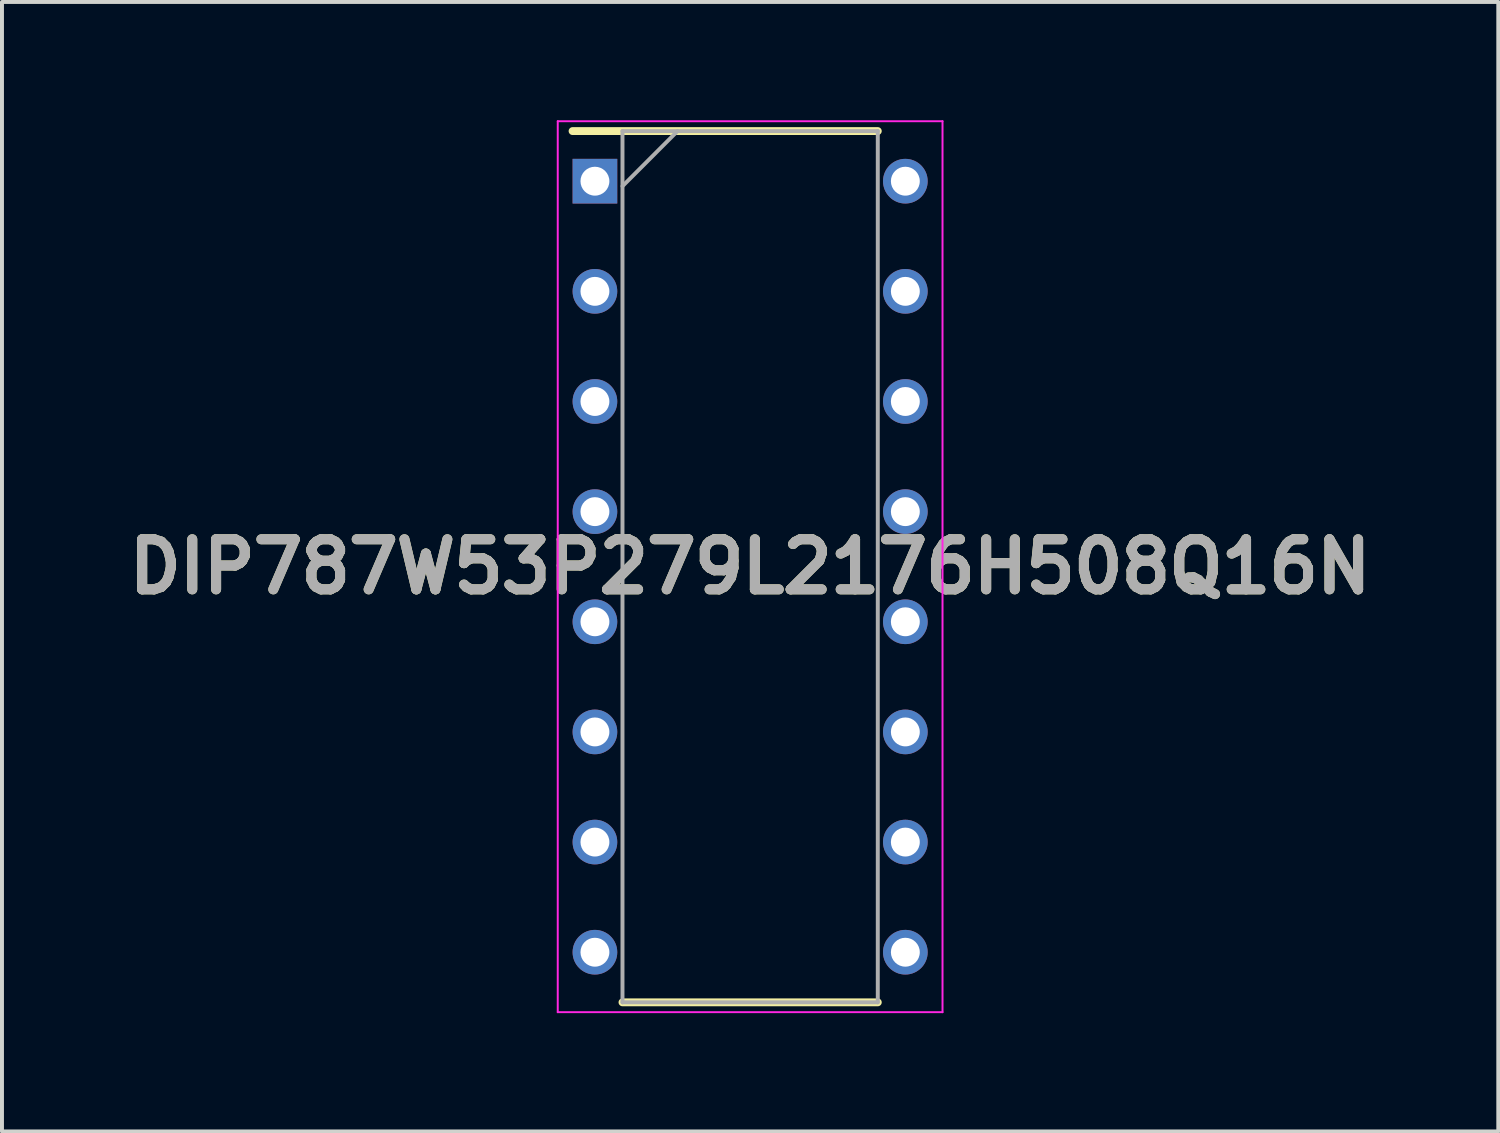
<source format=kicad_pcb>
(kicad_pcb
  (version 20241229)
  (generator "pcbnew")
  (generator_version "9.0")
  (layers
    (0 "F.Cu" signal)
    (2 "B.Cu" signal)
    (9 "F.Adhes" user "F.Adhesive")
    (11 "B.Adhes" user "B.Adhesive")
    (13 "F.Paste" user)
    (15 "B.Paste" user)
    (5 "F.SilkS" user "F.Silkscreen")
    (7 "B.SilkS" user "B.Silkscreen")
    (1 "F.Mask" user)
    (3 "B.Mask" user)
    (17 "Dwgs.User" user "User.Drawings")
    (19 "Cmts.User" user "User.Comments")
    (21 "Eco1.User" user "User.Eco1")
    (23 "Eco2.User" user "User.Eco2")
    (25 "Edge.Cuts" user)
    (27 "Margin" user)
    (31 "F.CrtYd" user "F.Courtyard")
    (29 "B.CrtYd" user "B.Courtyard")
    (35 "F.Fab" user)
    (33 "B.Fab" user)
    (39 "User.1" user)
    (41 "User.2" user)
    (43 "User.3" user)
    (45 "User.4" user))
  (footprint "DIP787W53P279L2176H508Q16N"
    (layer "F.Cu")
    (at 15.978 11.325)
    (property "Reference" "DIP787W53P279L2176H508Q16N" (at 0 0 0) (layer "F.SilkS") (effects (font (size 1.27 1.27) (thickness 0.254))))
    (attr through_hole)
    (fp_line (start -4.504 -11.05) (end 3.238 -11.05) (stroke (width 0.2) (type solid)) (layer "F.SilkS"))
    (fp_line (start -3.238 11.05) (end 3.238 11.05) (stroke (width 0.2) (type solid)) (layer "F.SilkS"))
    (fp_line (start -4.88 -11.3) (end 4.88 -11.3) (stroke (width 0.05) (type solid)) (layer "F.CrtYd"))
    (fp_line (start -4.88 11.3) (end -4.88 -11.3) (stroke (width 0.05) (type solid)) (layer "F.CrtYd"))
    (fp_line (start 4.88 -11.3) (end 4.88 11.3) (stroke (width 0.05) (type solid)) (layer "F.CrtYd"))
    (fp_line (start 4.88 11.3) (end -4.88 11.3) (stroke (width 0.05) (type solid)) (layer "F.CrtYd"))
    (fp_line (start -3.238 -11.05) (end 3.238 -11.05) (stroke (width 0.1) (type solid)) (layer "F.Fab"))
    (fp_line (start -3.238 -9.653) (end -1.842 -11.05) (stroke (width 0.1) (type solid)) (layer "F.Fab"))
    (fp_line (start -3.238 11.05) (end -3.238 -11.05) (stroke (width 0.1) (type solid)) (layer "F.Fab"))
    (fp_line (start 3.238 -11.05) (end 3.238 11.05) (stroke (width 0.1) (type solid)) (layer "F.Fab"))
    (fp_line (start 3.238 11.05) (end -3.238 11.05) (stroke (width 0.1) (type solid)) (layer "F.Fab"))
    (fp_text user "${REFERENCE}" (at 0 0 0) (layer "F.Fab") (effects (font (size 1.27 1.27) (thickness 0.254))))
    (pad "1" thru_hole rect (at -3.937 -9.779) (size 1.133 1.133) (drill 0.733) (layers "*.Cu" "*.Mask"))
    (pad "2" thru_hole circle (at -3.937 -6.985) (size 1.133 1.133) (drill 0.733) (layers "*.Cu" "*.Mask"))
    (pad "3" thru_hole circle (at -3.937 -4.191) (size 1.133 1.133) (drill 0.733) (layers "*.Cu" "*.Mask"))
    (pad "4" thru_hole circle (at -3.937 -1.397) (size 1.133 1.133) (drill 0.733) (layers "*.Cu" "*.Mask"))
    (pad "5" thru_hole circle (at -3.937 1.397) (size 1.133 1.133) (drill 0.733) (layers "*.Cu" "*.Mask"))
    (pad "6" thru_hole circle (at -3.937 4.191) (size 1.133 1.133) (drill 0.733) (layers "*.Cu" "*.Mask"))
    (pad "7" thru_hole circle (at -3.937 6.985) (size 1.133 1.133) (drill 0.733) (layers "*.Cu" "*.Mask"))
    (pad "8" thru_hole circle (at -3.937 9.779) (size 1.133 1.133) (drill 0.733) (layers "*.Cu" "*.Mask"))
    (pad "9" thru_hole circle (at 3.937 9.779) (size 1.133 1.133) (drill 0.733) (layers "*.Cu" "*.Mask"))
    (pad "10" thru_hole circle (at 3.937 6.985) (size 1.133 1.133) (drill 0.733) (layers "*.Cu" "*.Mask"))
    (pad "11" thru_hole circle (at 3.937 4.191) (size 1.133 1.133) (drill 0.733) (layers "*.Cu" "*.Mask"))
    (pad "12" thru_hole circle (at 3.937 1.397) (size 1.133 1.133) (drill 0.733) (layers "*.Cu" "*.Mask"))
    (pad "13" thru_hole circle (at 3.937 -1.397) (size 1.133 1.133) (drill 0.733) (layers "*.Cu" "*.Mask"))
    (pad "14" thru_hole circle (at 3.937 -4.191) (size 1.133 1.133) (drill 0.733) (layers "*.Cu" "*.Mask"))
    (pad "15" thru_hole circle (at 3.937 -6.985) (size 1.133 1.133) (drill 0.733) (layers "*.Cu" "*.Mask"))
    (pad "16" thru_hole circle (at 3.937 -9.779) (size 1.133 1.133) (drill 0.733) (layers "*.Cu" "*.Mask")))
  (gr_rect
    (start -3 -3)
    (end 34.956 25.65)
    (stroke (width 0.1) (type default))
    (fill no)
    (layer "Edge.Cuts")))
</source>
